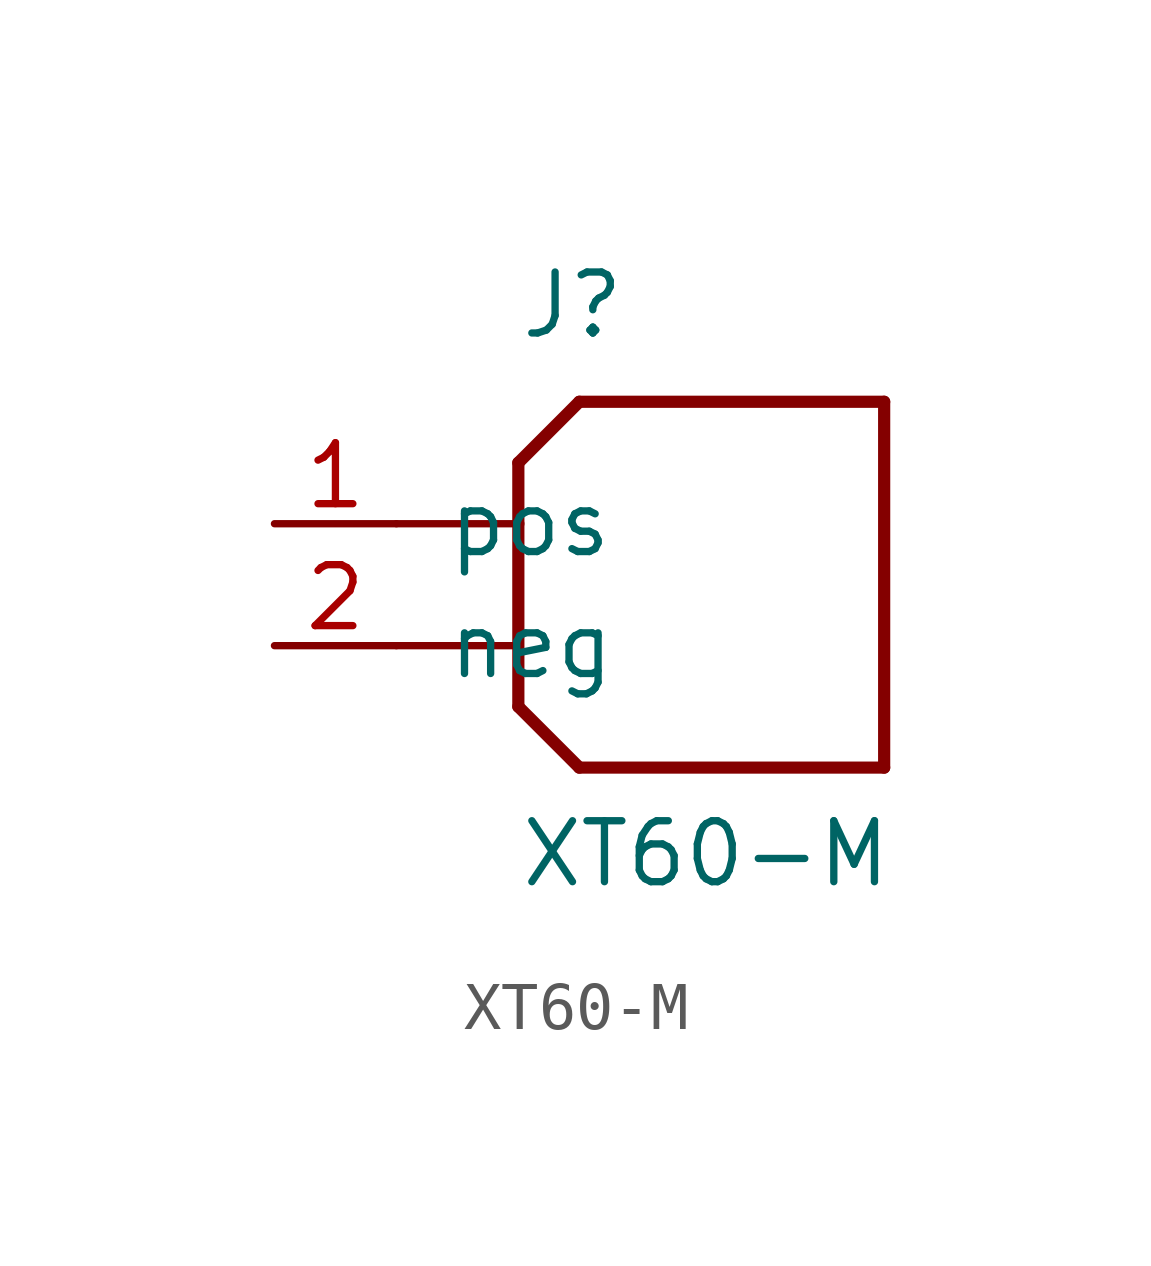
<source format=kicad_sym>
(kicad_symbol_lib
  (version 20211014)
  (generator kicad_symbol_editor)
  (symbol "XT60-M"
    (pin_names
      (offset 1.016))
    (property "Reference" "J"
      (at 0 6.35 0)
      (effects (font (size 1.27 1.27)) (justify left bottom)))
    (property "Value" "XT60-M"
      (at 0 -5.08 0)
      (effects (font (size 1.27 1.27)) (justify left bottom)))
    (symbol "XT60-M_0_0"
      (polyline (pts (xy 0 -1.27) (xy 1.27 -2.54)) (stroke (width 0.254) (type default) (color 0 0 0 0)) (fill (type none)))
      (polyline (pts (xy 0 2.54) (xy 0 -1.27)) (stroke (width 0.254) (type default) (color 0 0 0 0)) (fill (type none)))
      (polyline (pts (xy 0 3.81) (xy 0 2.54)) (stroke (width 0.254) (type default) (color 0 0 0 0)) (fill (type none)))
      (polyline (pts (xy 0 3.81) (xy 1.27 5.08)) (stroke (width 0.254) (type default) (color 0 0 0 0)) (fill (type none)))
      (polyline (pts (xy 1.27 -2.54) (xy 7.62 -2.54)) (stroke (width 0.254) (type default) (color 0 0 0 0)) (fill (type none)))
      (polyline (pts (xy 7.62 -2.54) (xy 7.62 5.08)) (stroke (width 0.254) (type default) (color 0 0 0 0)) (fill (type none)))
      (polyline (pts (xy 7.62 5.08) (xy 1.27 5.08)) (stroke (width 0.254) (type default) (color 0 0 0 0)) (fill (type none))))
    (symbol "XT60-M_0_1"
      (polyline (pts (xy -2.54 0) (xy 0 0)) (stroke (width 0) (type default) (color 0 0 0 0)) (fill (type none)))
      (polyline (pts (xy -2.54 2.54) (xy 0 2.54)) (stroke (width 0) (type default) (color 0 0 0 0)) (fill (type none))))
    (symbol "XT60-M_1_1"
      (pin input line (at -5.08 2.54 0) (length 2.54) (name "pos" (effects (font (size 1.27 1.27)))) (number "1" (effects (font (size 1.27 1.27)))))
      (pin input line (at -5.08 0 0) (length 2.54) (name "neg" (effects (font (size 1.27 1.27)))) (number "2" (effects (font (size 1.27 1.27))))))))
</source>
